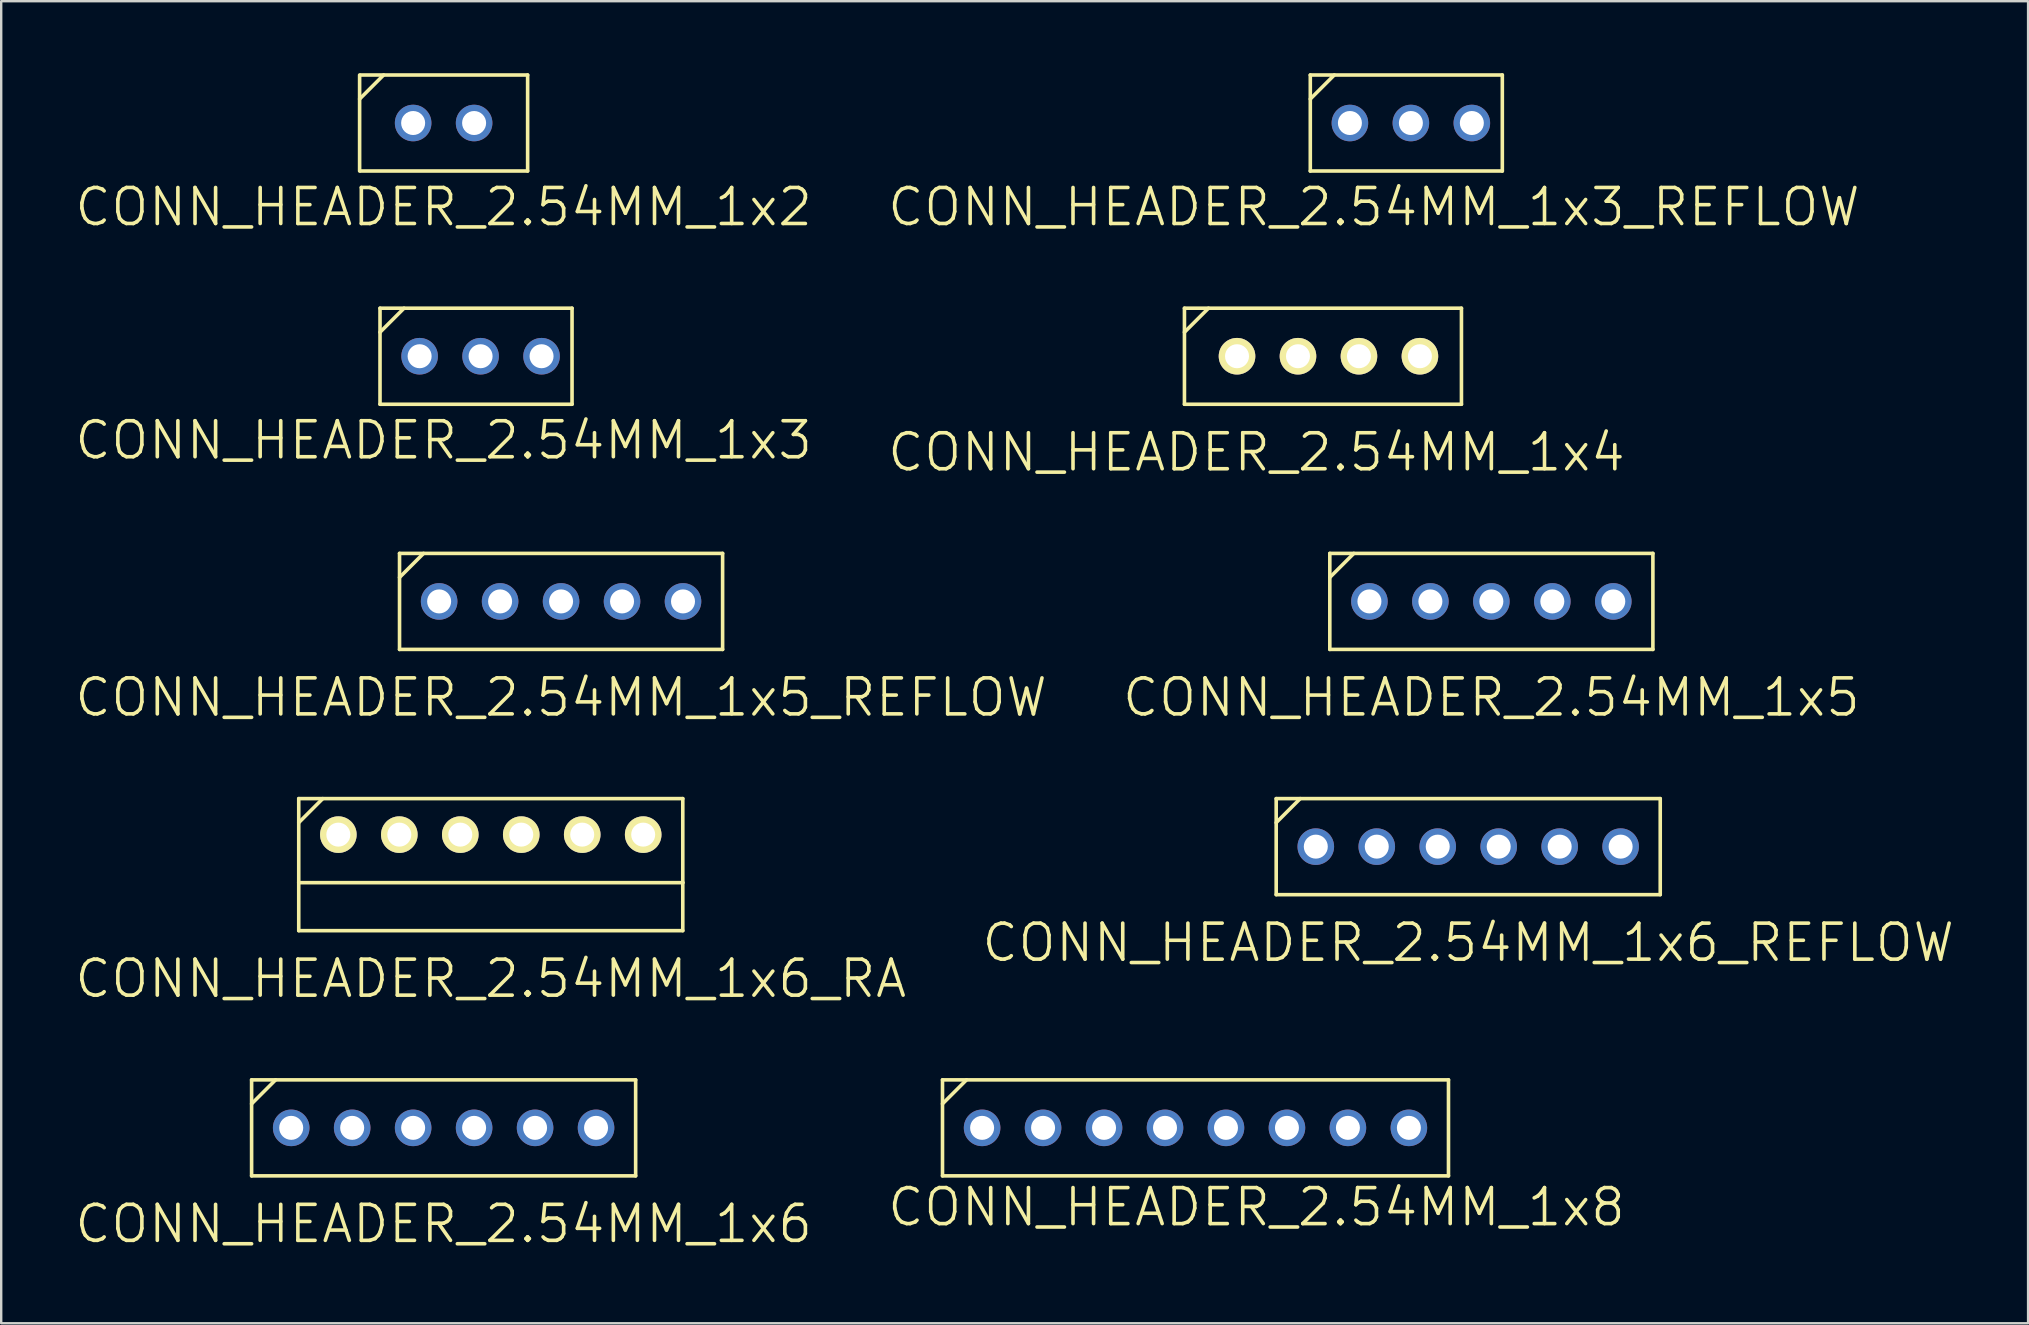
<source format=kicad_pcb>
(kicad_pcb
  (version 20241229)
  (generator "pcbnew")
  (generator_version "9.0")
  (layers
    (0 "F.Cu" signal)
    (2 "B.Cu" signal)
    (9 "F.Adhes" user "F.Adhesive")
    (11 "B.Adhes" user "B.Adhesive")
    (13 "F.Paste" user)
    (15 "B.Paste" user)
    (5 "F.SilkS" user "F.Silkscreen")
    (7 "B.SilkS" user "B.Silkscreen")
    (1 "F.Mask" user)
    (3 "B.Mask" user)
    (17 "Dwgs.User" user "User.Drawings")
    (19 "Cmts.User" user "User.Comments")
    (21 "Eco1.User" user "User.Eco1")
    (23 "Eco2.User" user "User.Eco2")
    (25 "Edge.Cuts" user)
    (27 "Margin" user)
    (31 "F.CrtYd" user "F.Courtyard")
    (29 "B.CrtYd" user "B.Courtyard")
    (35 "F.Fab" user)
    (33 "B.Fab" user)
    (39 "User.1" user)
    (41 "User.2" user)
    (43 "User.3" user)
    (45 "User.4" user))
  (footprint "CONN_HEADER_2.54MM_1x5_REFLOW"
    (layer "F.Cu")
    (at 20.325 22.006)
    (property "Reference" "CONN_HEADER_2.54MM_1x5_REFLOW" (at 0 4 0) (layer "F.SilkS") (effects (font (size 1.5 1.5) (thickness 0.15))))
    (attr through_hole)
    (fp_line (start -6.73 -2) (end -6.73 2) (stroke (width 0.15) (type solid)) (layer "F.SilkS"))
    (fp_line (start -6.73 2) (end 6.73 2) (stroke (width 0.15) (type solid)) (layer "F.SilkS"))
    (fp_line (start -5.73 -2) (end -6.73 -1) (stroke (width 0.15) (type solid)) (layer "F.SilkS"))
    (fp_line (start 6.73 -2) (end -6.73 -2) (stroke (width 0.15) (type solid)) (layer "F.SilkS"))
    (fp_line (start 6.73 2) (end 6.73 -2) (stroke (width 0.15) (type solid)) (layer "F.SilkS"))
    (pad "1" thru_hole circle (at -5.08 0) (size 1.524 1.524) (drill 1) (layers "*.Cu" "*.Mask" "F.Paste"))
    (pad "2" thru_hole circle (at -2.54 0) (size 1.524 1.524) (drill 1) (layers "*.Cu" "*.Mask" "F.Paste"))
    (pad "3" thru_hole circle (at 0 0) (size 1.524 1.524) (drill 1) (layers "*.Cu" "*.Mask" "F.Paste"))
    (pad "4" thru_hole circle (at 2.54 0) (size 1.524 1.524) (drill 1) (layers "*.Cu" "*.Mask" "F.Paste"))
    (pad "5" thru_hole circle (at 5.08 0) (size 1.524 1.524) (drill 1) (layers "*.Cu" "*.Mask" "F.Paste")))
  (footprint "CONN_HEADER_2.54MM_1x2"
    (layer "F.Cu")
    (at 15.432 2.075)
    (property "Reference" "CONN_HEADER_2.54MM_1x2" (at 0 3.5 0) (layer "F.SilkS") (effects (font (size 1.5 1.5) (thickness 0.15))))
    (attr through_hole)
    (fp_line (start -3.5 -2) (end -3.5 2) (stroke (width 0.15) (type solid)) (layer "F.SilkS"))
    (fp_line (start -3.46 2) (end 3.5 2) (stroke (width 0.15) (type solid)) (layer "F.SilkS"))
    (fp_line (start -2.5 -2) (end -3.5 -1) (stroke (width 0.15) (type solid)) (layer "F.SilkS"))
    (fp_line (start 3.5 -2) (end -3.46 -2) (stroke (width 0.15) (type solid)) (layer "F.SilkS"))
    (fp_line (start 3.5 2) (end 3.5 -2) (stroke (width 0.15) (type solid)) (layer "F.SilkS"))
    (pad "1" thru_hole circle (at -1.27 0) (size 1.524 1.524) (drill 1) (layers "*.Cu" "*.Mask"))
    (pad "2" thru_hole circle (at 1.27 0) (size 1.524 1.524) (drill 1) (layers "*.Cu" "*.Mask")))
  (footprint "CONN_HEADER_2.54MM_1x8"
    (layer "F.Cu")
    (at 46.756 43.938)
    (property "Reference" "CONN_HEADER_2.54MM_1x8" (at 2.54 3.302 0) (layer "F.SilkS") (effects (font (size 1.5 1.5) (thickness 0.15))))
    (attr through_hole)
    (fp_line (start -10.54 -2) (end -10.54 2) (stroke (width 0.15) (type solid)) (layer "F.SilkS"))
    (fp_line (start -10.54 2) (end 10.54 2) (stroke (width 0.15) (type solid)) (layer "F.SilkS"))
    (fp_line (start -9.54 -2) (end -10.54 -1) (stroke (width 0.15) (type solid)) (layer "F.SilkS"))
    (fp_line (start 10.54 -2) (end -10.54 -2) (stroke (width 0.15) (type solid)) (layer "F.SilkS"))
    (fp_line (start 10.54 2) (end 10.54 -2) (stroke (width 0.15) (type solid)) (layer "F.SilkS"))
    (pad "1" thru_hole circle (at -8.89 0) (size 1.524 1.524) (drill 1) (layers "*.Cu" "*.Mask"))
    (pad "2" thru_hole circle (at -6.35 0 90) (size 1.524 1.524) (drill 1) (layers "*.Cu" "*.Mask"))
    (pad "3" thru_hole circle (at -3.81 0) (size 1.524 1.524) (drill 1) (layers "*.Cu" "*.Mask"))
    (pad "4" thru_hole circle (at -1.27 0) (size 1.524 1.524) (drill 1) (layers "*.Cu" "*.Mask"))
    (pad "5" thru_hole circle (at 1.27 0) (size 1.524 1.524) (drill 1) (layers "*.Cu" "*.Mask"))
    (pad "6" thru_hole circle (at 3.81 0) (size 1.524 1.524) (drill 1) (layers "*.Cu" "*.Mask"))
    (pad "7" thru_hole circle (at 6.35 0) (size 1.524 1.524) (drill 1) (layers "*.Cu" "*.Mask"))
    (pad "8" thru_hole circle (at 8.89 0) (size 1.524 1.524) (drill 1) (layers "*.Cu" "*.Mask")))
  (footprint "CONN_HEADER_2.54MM_1x6"
    (layer "F.Cu")
    (at 15.432 43.938)
    (property "Reference" "CONN_HEADER_2.54MM_1x6" (at 0 4 0) (layer "F.SilkS") (effects (font (size 1.5 1.5) (thickness 0.15))))
    (attr through_hole)
    (fp_line (start -8 -2) (end -8 2) (stroke (width 0.15) (type solid)) (layer "F.SilkS"))
    (fp_line (start -8 2) (end 8 2) (stroke (width 0.15) (type solid)) (layer "F.SilkS"))
    (fp_line (start -7 -2) (end -8 -1) (stroke (width 0.15) (type solid)) (layer "F.SilkS"))
    (fp_line (start 8 -2) (end -8 -2) (stroke (width 0.15) (type solid)) (layer "F.SilkS"))
    (fp_line (start 8 2) (end 8 -2) (stroke (width 0.15) (type solid)) (layer "F.SilkS"))
    (pad "1" thru_hole circle (at -6.35 0) (size 1.524 1.524) (drill 1) (layers "*.Cu" "*.Mask"))
    (pad "2" thru_hole circle (at -3.81 0) (size 1.524 1.524) (drill 1) (layers "*.Cu" "*.Mask"))
    (pad "3" thru_hole circle (at -1.27 0) (size 1.524 1.524) (drill 1) (layers "*.Cu" "*.Mask"))
    (pad "4" thru_hole circle (at 1.27 0) (size 1.524 1.524) (drill 1) (layers "*.Cu" "*.Mask"))
    (pad "5" thru_hole circle (at 3.81 0) (size 1.524 1.524) (drill 1) (layers "*.Cu" "*.Mask"))
    (pad "6" thru_hole circle (at 6.35 0) (size 1.524 1.524) (drill 1) (layers "*.Cu" "*.Mask")))
  (footprint "CONN_HEADER_2.54MM_1x3"
    (layer "F.Cu")
    (at 16.972 11.791)
    (property "Reference" "CONN_HEADER_2.54MM_1x3" (at -1.54 3.5 0) (layer "F.SilkS") (effects (font (size 1.5 1.5) (thickness 0.15))))
    (attr through_hole)
    (fp_line (start -4.19 -2) (end -4.19 2) (stroke (width 0.15) (type solid)) (layer "F.SilkS"))
    (fp_line (start -4.19 2) (end 3.81 2) (stroke (width 0.15) (type solid)) (layer "F.SilkS"))
    (fp_line (start -3.19 -2) (end -4.19 -1) (stroke (width 0.15) (type solid)) (layer "F.SilkS"))
    (fp_line (start 3.81 -2) (end -4.19 -2) (stroke (width 0.15) (type solid)) (layer "F.SilkS"))
    (fp_line (start 3.81 2) (end 3.81 -2) (stroke (width 0.15) (type solid)) (layer "F.SilkS"))
    (pad "1" thru_hole circle (at -2.54 0) (size 1.524 1.524) (drill 1) (layers "*.Cu" "*.Mask"))
    (pad "2" thru_hole circle (at 0 0) (size 1.524 1.524) (drill 1) (layers "*.Cu" "*.Mask"))
    (pad "3" thru_hole circle (at 2.54 0) (size 1.524 1.524) (drill 1) (layers "*.Cu" "*.Mask")))
  (footprint "CONN_HEADER_2.54MM_1x4"
    (layer "F.Cu")
    (at 52.296 11.791)
    (property "Reference" "CONN_HEADER_2.54MM_1x4" (at -3 4 0) (layer "F.SilkS") (effects (font (size 1.5 1.5) (thickness 0.15))))
    (attr through_hole)
    (fp_line (start -6 -2) (end -6 2) (stroke (width 0.15) (type solid)) (layer "F.SilkS"))
    (fp_line (start -6 2) (end 5.54 2) (stroke (width 0.15) (type solid)) (layer "F.SilkS"))
    (fp_line (start -5 -2) (end -6 -1) (stroke (width 0.15) (type solid)) (layer "F.SilkS"))
    (fp_line (start 5.54 -2) (end -6 -2) (stroke (width 0.15) (type solid)) (layer "F.SilkS"))
    (fp_line (start 5.54 2) (end 5.54 -2) (stroke (width 0.15) (type solid)) (layer "F.SilkS"))
    (pad "1" thru_hole circle (at -3.81 0) (size 1.524 1.524) (drill 1) (layers "*.Cu" "*.Mask" "F.SilkS"))
    (pad "2" thru_hole circle (at -1.27 0) (size 1.524 1.524) (drill 1) (layers "*.Cu" "*.Mask" "F.SilkS"))
    (pad "3" thru_hole circle (at 1.27 0) (size 1.524 1.524) (drill 1) (layers "*.Cu" "*.Mask" "F.SilkS"))
    (pad "4" thru_hole circle (at 3.81 0) (size 1.524 1.524) (drill 1) (layers "*.Cu" "*.Mask" "F.SilkS")))
  (footprint "CONN_HEADER_2.54MM_1x6_REFLOW"
    (layer "F.Cu")
    (at 58.118 32.222)
    (property "Reference" "CONN_HEADER_2.54MM_1x6_REFLOW" (at 0 4 0) (layer "F.SilkS") (effects (font (size 1.5 1.5) (thickness 0.15))))
    (attr through_hole)
    (fp_line (start -8 -2) (end -8 2) (stroke (width 0.15) (type solid)) (layer "F.SilkS"))
    (fp_line (start -8 2) (end 8 2) (stroke (width 0.15) (type solid)) (layer "F.SilkS"))
    (fp_line (start -7 -2) (end -8 -1) (stroke (width 0.15) (type solid)) (layer "F.SilkS"))
    (fp_line (start 8 -2) (end -8 -2) (stroke (width 0.15) (type solid)) (layer "F.SilkS"))
    (fp_line (start 8 2) (end 8 -2) (stroke (width 0.15) (type solid)) (layer "F.SilkS"))
    (pad "1" thru_hole circle (at -6.35 0) (size 1.524 1.524) (drill 1) (layers "*.Cu" "*.Mask" "F.Paste"))
    (pad "2" thru_hole circle (at -3.81 0) (size 1.524 1.524) (drill 1) (layers "*.Cu" "*.Mask" "F.Paste"))
    (pad "3" thru_hole circle (at -1.27 0) (size 1.524 1.524) (drill 1) (layers "*.Cu" "*.Mask" "F.Paste"))
    (pad "4" thru_hole circle (at 1.27 0) (size 1.524 1.524) (drill 1) (layers "*.Cu" "*.Mask" "F.Paste"))
    (pad "5" thru_hole circle (at 3.81 0) (size 1.524 1.524) (drill 1) (layers "*.Cu" "*.Mask" "F.Paste"))
    (pad "6" thru_hole circle (at 6.35 0) (size 1.524 1.524) (drill 1) (layers "*.Cu" "*.Mask" "F.Paste")))
  (footprint "CONN_HEADER_2.54MM_1x3_REFLOW"
    (layer "F.Cu")
    (at 55.729 2.075)
    (property "Reference" "CONN_HEADER_2.54MM_1x3_REFLOW" (at -1.54 3.5 0) (layer "F.SilkS") (effects (font (size 1.5 1.5) (thickness 0.15))))
    (attr through_hole)
    (fp_line (start -4.19 -2) (end -4.19 2) (stroke (width 0.15) (type solid)) (layer "F.SilkS"))
    (fp_line (start -4.19 2) (end 3.81 2) (stroke (width 0.15) (type solid)) (layer "F.SilkS"))
    (fp_line (start -3.19 -2) (end -4.19 -1) (stroke (width 0.15) (type solid)) (layer "F.SilkS"))
    (fp_line (start 3.81 -2) (end -4.19 -2) (stroke (width 0.15) (type solid)) (layer "F.SilkS"))
    (fp_line (start 3.81 2) (end 3.81 -2) (stroke (width 0.15) (type solid)) (layer "F.SilkS"))
    (pad "1" thru_hole circle (at -2.54 0) (size 1.524 1.524) (drill 1) (layers "*.Cu" "*.Mask" "F.Paste"))
    (pad "2" thru_hole circle (at 0 0) (size 1.524 1.524) (drill 1) (layers "*.Cu" "*.Mask" "F.Paste"))
    (pad "3" thru_hole circle (at 2.54 0) (size 1.524 1.524) (drill 1) (layers "*.Cu" "*.Mask" "F.Paste")))
  (footprint "CONN_HEADER_2.54MM_1x5"
    (layer "F.Cu")
    (at 59.082 22.006)
    (property "Reference" "CONN_HEADER_2.54MM_1x5" (at 0 4 0) (layer "F.SilkS") (effects (font (size 1.5 1.5) (thickness 0.15))))
    (attr through_hole)
    (fp_line (start -6.73 -2) (end -6.73 2) (stroke (width 0.15) (type solid)) (layer "F.SilkS"))
    (fp_line (start -6.73 2) (end 6.73 2) (stroke (width 0.15) (type solid)) (layer "F.SilkS"))
    (fp_line (start -5.73 -2) (end -6.73 -1) (stroke (width 0.15) (type solid)) (layer "F.SilkS"))
    (fp_line (start 6.73 -2) (end -6.73 -2) (stroke (width 0.15) (type solid)) (layer "F.SilkS"))
    (fp_line (start 6.73 2) (end 6.73 -2) (stroke (width 0.15) (type solid)) (layer "F.SilkS"))
    (pad "1" thru_hole circle (at -5.08 0) (size 1.524 1.524) (drill 1) (layers "*.Cu" "*.Mask"))
    (pad "2" thru_hole circle (at -2.54 0) (size 1.524 1.524) (drill 1) (layers "*.Cu" "*.Mask"))
    (pad "3" thru_hole circle (at 0 0) (size 1.524 1.524) (drill 1) (layers "*.Cu" "*.Mask"))
    (pad "4" thru_hole circle (at 2.54 0) (size 1.524 1.524) (drill 1) (layers "*.Cu" "*.Mask"))
    (pad "5" thru_hole circle (at 5.08 0) (size 1.524 1.524) (drill 1) (layers "*.Cu" "*.Mask")))
  (footprint "CONN_HEADER_2.54MM_1x6_RA"
    (layer "F.Cu")
    (at 17.396 31.722)
    (property "Reference" "CONN_HEADER_2.54MM_1x6_RA" (at 0 6 0) (layer "F.SilkS") (effects (font (size 1.5 1.5) (thickness 0.15))))
    (attr through_hole)
    (fp_line (start -8 -1.5) (end -8 2) (stroke (width 0.15) (type solid)) (layer "F.SilkS"))
    (fp_line (start -8 2) (end -8 4) (stroke (width 0.15) (type solid)) (layer "F.SilkS"))
    (fp_line (start -8 2) (end 8 2) (stroke (width 0.15) (type solid)) (layer "F.SilkS"))
    (fp_line (start -8 4) (end 8 4) (stroke (width 0.15) (type solid)) (layer "F.SilkS"))
    (fp_line (start -7 -1.5) (end -8 -0.5) (stroke (width 0.15) (type solid)) (layer "F.SilkS"))
    (fp_line (start 8 -1.5) (end -8 -1.5) (stroke (width 0.15) (type solid)) (layer "F.SilkS"))
    (fp_line (start 8 2) (end 8 -1.5) (stroke (width 0.15) (type solid)) (layer "F.SilkS"))
    (fp_line (start 8 4) (end 8 2) (stroke (width 0.15) (type solid)) (layer "F.SilkS"))
    (pad "1" thru_hole circle (at -6.35 0) (size 1.524 1.524) (drill 1) (layers "*.Cu" "*.Mask" "F.SilkS"))
    (pad "2" thru_hole circle (at -3.81 0) (size 1.524 1.524) (drill 1) (layers "*.Cu" "*.Mask" "F.SilkS"))
    (pad "3" thru_hole circle (at -1.27 0) (size 1.524 1.524) (drill 1) (layers "*.Cu" "*.Mask" "F.SilkS"))
    (pad "4" thru_hole circle (at 1.27 0) (size 1.524 1.524) (drill 1) (layers "*.Cu" "*.Mask" "F.SilkS"))
    (pad "5" thru_hole circle (at 3.81 0) (size 1.524 1.524) (drill 1) (layers "*.Cu" "*.Mask" "F.SilkS"))
    (pad "6" thru_hole circle (at 6.35 0) (size 1.524 1.524) (drill 1) (layers "*.Cu" "*.Mask" "F.SilkS")))
  (gr_rect
    (start -3 -3)
    (end 81.443 52.079)
    (stroke (width 0.1) (type default))
    (fill no)
    (layer "Edge.Cuts")))
</source>
